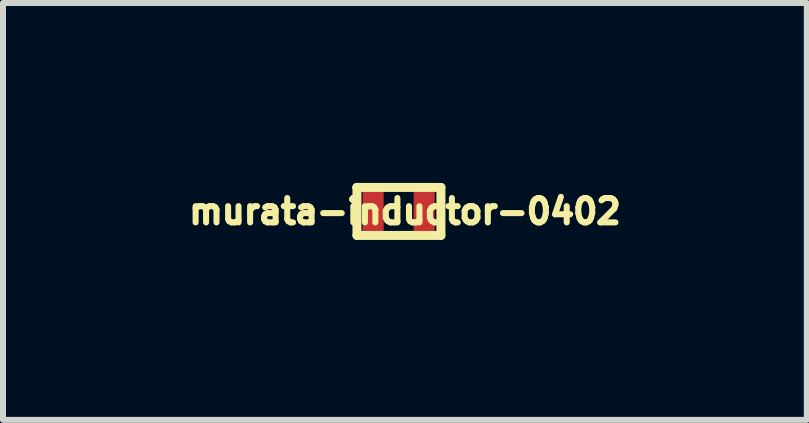
<source format=kicad_pcb>
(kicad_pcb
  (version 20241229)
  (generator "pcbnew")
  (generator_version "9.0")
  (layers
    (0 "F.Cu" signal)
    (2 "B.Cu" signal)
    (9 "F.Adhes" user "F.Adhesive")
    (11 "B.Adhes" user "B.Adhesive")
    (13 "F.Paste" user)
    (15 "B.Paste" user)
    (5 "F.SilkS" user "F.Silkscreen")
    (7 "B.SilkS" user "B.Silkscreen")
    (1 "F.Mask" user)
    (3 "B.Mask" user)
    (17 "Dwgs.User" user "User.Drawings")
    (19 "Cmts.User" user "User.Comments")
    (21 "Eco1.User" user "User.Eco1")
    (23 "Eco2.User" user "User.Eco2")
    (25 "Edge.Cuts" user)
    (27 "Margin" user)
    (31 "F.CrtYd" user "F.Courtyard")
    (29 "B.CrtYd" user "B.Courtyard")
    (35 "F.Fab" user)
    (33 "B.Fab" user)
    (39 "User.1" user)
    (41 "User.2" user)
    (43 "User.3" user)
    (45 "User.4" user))
  (footprint "murata-inductor-0402"
    (layer "F.Cu")
    (at 3.601 0.475)
    (property "Reference" "murata-inductor-0402" (at 0.1 0 0) (layer "F.SilkS") (effects (font (size 0.406 0.406) (thickness 0.101))))
    (attr through_hole)
    (fp_line (start -0.7 -0.4) (end -0.7 -0.4) (stroke (width 0.15) (type solid)) (layer "F.SilkS"))
    (fp_line (start -0.7 -0.4) (end 0.7 -0.4) (stroke (width 0.15) (type solid)) (layer "F.SilkS"))
    (fp_line (start -0.7 0.4) (end -0.7 -0.4) (stroke (width 0.15) (type solid)) (layer "F.SilkS"))
    (fp_line (start 0.7 -0.4) (end 0.7 0.4) (stroke (width 0.15) (type solid)) (layer "F.SilkS"))
    (fp_line (start 0.7 0.4) (end -0.7 0.4) (stroke (width 0.15) (type solid)) (layer "F.SilkS"))
    (pad "1" smd rect (at -0.43 0) (size 0.35 0.65) (layers "F.Cu" "F.Mask" "F.Paste"))
    (pad "2" smd rect (at 0.42 0) (size 0.35 0.65) (layers "F.Cu" "F.Mask" "F.Paste")))
  (gr_rect
    (start -3 -3)
    (end 10.401 3.95)
    (stroke (width 0.1) (type default))
    (fill no)
    (layer "Edge.Cuts")))
</source>
